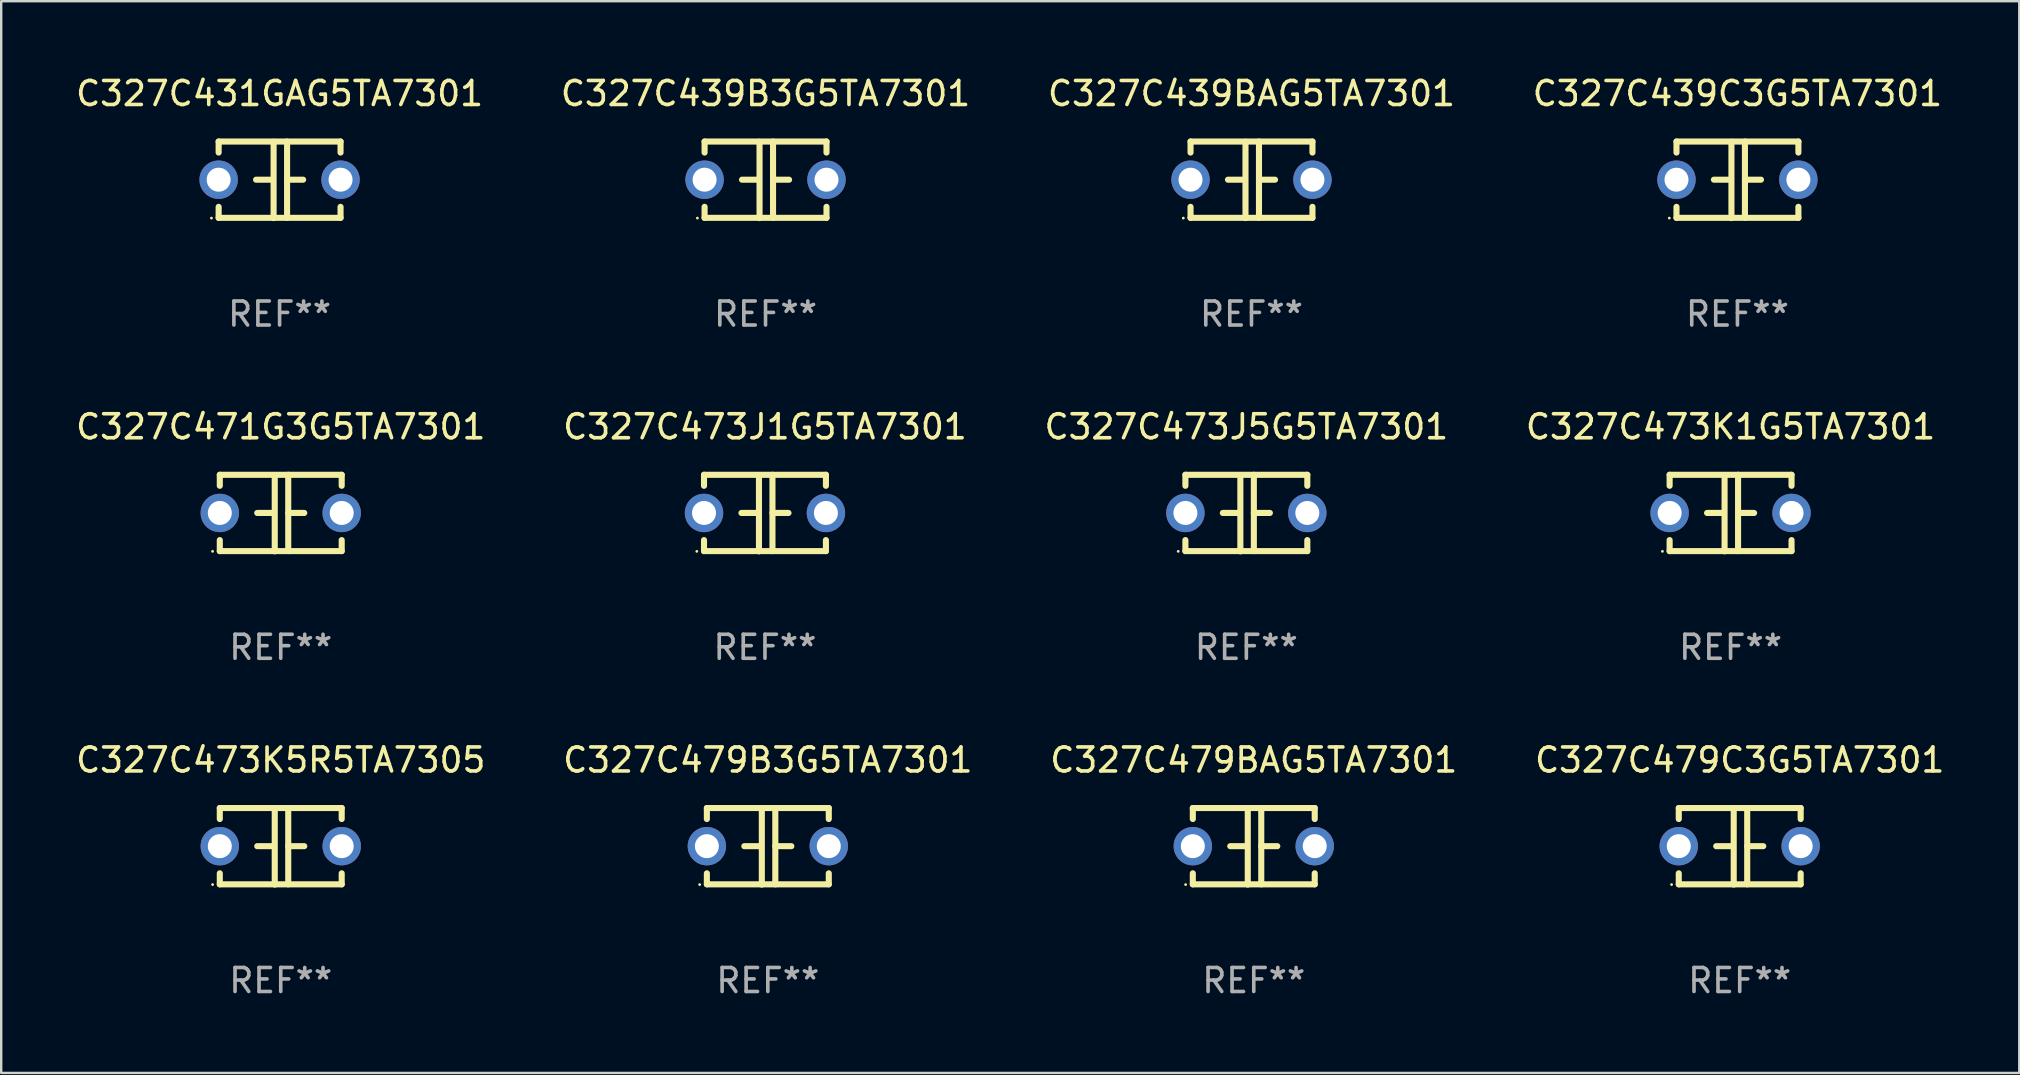
<source format=kicad_pcb>
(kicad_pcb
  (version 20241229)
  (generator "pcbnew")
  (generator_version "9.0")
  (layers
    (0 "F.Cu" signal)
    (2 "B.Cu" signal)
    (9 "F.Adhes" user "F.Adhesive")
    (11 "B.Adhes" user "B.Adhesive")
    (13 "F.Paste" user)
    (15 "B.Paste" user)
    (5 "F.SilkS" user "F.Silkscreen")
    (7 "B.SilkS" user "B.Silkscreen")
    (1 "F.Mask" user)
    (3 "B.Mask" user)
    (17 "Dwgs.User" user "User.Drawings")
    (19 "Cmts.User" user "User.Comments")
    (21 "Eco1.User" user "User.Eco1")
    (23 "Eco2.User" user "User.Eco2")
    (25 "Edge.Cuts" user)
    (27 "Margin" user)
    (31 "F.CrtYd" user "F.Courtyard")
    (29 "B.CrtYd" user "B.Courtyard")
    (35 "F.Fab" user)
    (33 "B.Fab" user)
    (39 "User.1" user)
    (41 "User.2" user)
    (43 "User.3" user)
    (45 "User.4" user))
  (footprint "C327C479C3G5TA7301"
    (layer "F.Cu")
    (at 69.446 32.216)
    (property "Reference" "C327C479C3G5TA7301" (at 0 -3.595 0) (layer "F.SilkS") (effects (font (size 1 1) (thickness 0.15))))
    (attr through_hole)
    (fp_line (start -2.54 -1.595) (end -2.54 -1.136) (stroke (width 0.254) (type solid)) (layer "F.SilkS"))
    (fp_line (start -2.54 -1.595) (end 2.54 -1.595) (stroke (width 0.254) (type solid)) (layer "F.SilkS"))
    (fp_line (start -2.54 1.126) (end -2.54 1.585) (stroke (width 0.254) (type solid)) (layer "F.SilkS"))
    (fp_line (start -0.312 -0.005) (end -0.98 -0.005) (stroke (width 0.254) (type solid)) (layer "F.SilkS"))
    (fp_line (start -0.25 -1.585) (end -0.25 1.595) (stroke (width 0.254) (type solid)) (layer "F.SilkS"))
    (fp_line (start 0.312 -1.595) (end 0.312 1.585) (stroke (width 0.254) (type solid)) (layer "F.SilkS"))
    (fp_line (start 0.312 -0.005) (end 0.98 -0.005) (stroke (width 0.254) (type solid)) (layer "F.SilkS"))
    (fp_line (start 2.54 -1.595) (end 2.54 -1.136) (stroke (width 0.254) (type solid)) (layer "F.SilkS"))
    (fp_line (start 2.54 1.126) (end 2.54 1.585) (stroke (width 0.254) (type solid)) (layer "F.SilkS"))
    (fp_line (start 2.54 1.585) (end -2.54 1.585) (stroke (width 0.254) (type solid)) (layer "F.SilkS"))
    (fp_circle (center -2.84 1.595) (end -2.81 1.595) (stroke (width 0.06) (type solid)) (fill no) (layer "F.SilkS"))
    (fp_text user "REF**" (at 0 5.595 0) (layer "F.Fab") (effects (font (size 1 1) (thickness 0.15))))
    (pad "1" thru_hole circle (at -2.54 -0.005) (size 1.6 1.6) (drill 1) (layers "*.Cu" "*.Mask"))
    (pad "2" thru_hole circle (at 2.54 -0.005) (size 1.6 1.6) (drill 1) (layers "*.Cu" "*.Mask")))
  (footprint "C327C439C3G5TA7301"
    (layer "F.Cu")
    (at 69.351 4.443)
    (property "Reference" "C327C439C3G5TA7301" (at 0 -3.595 0) (layer "F.SilkS") (effects (font (size 1 1) (thickness 0.15))))
    (attr through_hole)
    (fp_line (start -2.54 -1.595) (end -2.54 -1.136) (stroke (width 0.254) (type solid)) (layer "F.SilkS"))
    (fp_line (start -2.54 -1.595) (end 2.54 -1.595) (stroke (width 0.254) (type solid)) (layer "F.SilkS"))
    (fp_line (start -2.54 1.126) (end -2.54 1.585) (stroke (width 0.254) (type solid)) (layer "F.SilkS"))
    (fp_line (start -0.312 -0.005) (end -0.98 -0.005) (stroke (width 0.254) (type solid)) (layer "F.SilkS"))
    (fp_line (start -0.25 -1.585) (end -0.25 1.595) (stroke (width 0.254) (type solid)) (layer "F.SilkS"))
    (fp_line (start 0.312 -1.595) (end 0.312 1.585) (stroke (width 0.254) (type solid)) (layer "F.SilkS"))
    (fp_line (start 0.312 -0.005) (end 0.98 -0.005) (stroke (width 0.254) (type solid)) (layer "F.SilkS"))
    (fp_line (start 2.54 -1.595) (end 2.54 -1.136) (stroke (width 0.254) (type solid)) (layer "F.SilkS"))
    (fp_line (start 2.54 1.126) (end 2.54 1.585) (stroke (width 0.254) (type solid)) (layer "F.SilkS"))
    (fp_line (start 2.54 1.585) (end -2.54 1.585) (stroke (width 0.254) (type solid)) (layer "F.SilkS"))
    (fp_circle (center -2.84 1.595) (end -2.81 1.595) (stroke (width 0.06) (type solid)) (fill no) (layer "F.SilkS"))
    (fp_text user "REF**" (at 0 5.595 0) (layer "F.Fab") (effects (font (size 1 1) (thickness 0.15))))
    (pad "1" thru_hole circle (at -2.54 -0.005) (size 1.6 1.6) (drill 1) (layers "*.Cu" "*.Mask"))
    (pad "2" thru_hole circle (at 2.54 -0.005) (size 1.6 1.6) (drill 1) (layers "*.Cu" "*.Mask")))
  (footprint "C327C473K1G5TA7301"
    (layer "F.Cu")
    (at 69.065 18.33)
    (property "Reference" "C327C473K1G5TA7301" (at 0 -3.595 0) (layer "F.SilkS") (effects (font (size 1 1) (thickness 0.15))))
    (attr through_hole)
    (fp_line (start -2.54 -1.595) (end -2.54 -1.136) (stroke (width 0.254) (type solid)) (layer "F.SilkS"))
    (fp_line (start -2.54 -1.595) (end 2.54 -1.595) (stroke (width 0.254) (type solid)) (layer "F.SilkS"))
    (fp_line (start -2.54 1.126) (end -2.54 1.585) (stroke (width 0.254) (type solid)) (layer "F.SilkS"))
    (fp_line (start -0.312 -0.005) (end -0.98 -0.005) (stroke (width 0.254) (type solid)) (layer "F.SilkS"))
    (fp_line (start -0.25 -1.585) (end -0.25 1.595) (stroke (width 0.254) (type solid)) (layer "F.SilkS"))
    (fp_line (start 0.312 -1.595) (end 0.312 1.585) (stroke (width 0.254) (type solid)) (layer "F.SilkS"))
    (fp_line (start 0.312 -0.005) (end 0.98 -0.005) (stroke (width 0.254) (type solid)) (layer "F.SilkS"))
    (fp_line (start 2.54 -1.595) (end 2.54 -1.136) (stroke (width 0.254) (type solid)) (layer "F.SilkS"))
    (fp_line (start 2.54 1.126) (end 2.54 1.585) (stroke (width 0.254) (type solid)) (layer "F.SilkS"))
    (fp_line (start 2.54 1.585) (end -2.54 1.585) (stroke (width 0.254) (type solid)) (layer "F.SilkS"))
    (fp_circle (center -2.84 1.595) (end -2.81 1.595) (stroke (width 0.06) (type solid)) (fill no) (layer "F.SilkS"))
    (fp_text user "REF**" (at 0 5.595 0) (layer "F.Fab") (effects (font (size 1 1) (thickness 0.15))))
    (pad "1" thru_hole circle (at -2.54 -0.005) (size 1.6 1.6) (drill 1) (layers "*.Cu" "*.Mask"))
    (pad "2" thru_hole circle (at 2.54 -0.005) (size 1.6 1.6) (drill 1) (layers "*.Cu" "*.Mask")))
  (footprint "C327C471G3G5TA7301"
    (layer "F.Cu")
    (at 8.649 18.33)
    (property "Reference" "C327C471G3G5TA7301" (at 0 -3.595 0) (layer "F.SilkS") (effects (font (size 1 1) (thickness 0.15))))
    (attr through_hole)
    (fp_line (start -2.54 -1.595) (end -2.54 -1.136) (stroke (width 0.254) (type solid)) (layer "F.SilkS"))
    (fp_line (start -2.54 -1.595) (end 2.54 -1.595) (stroke (width 0.254) (type solid)) (layer "F.SilkS"))
    (fp_line (start -2.54 1.126) (end -2.54 1.585) (stroke (width 0.254) (type solid)) (layer "F.SilkS"))
    (fp_line (start -0.312 -0.005) (end -0.98 -0.005) (stroke (width 0.254) (type solid)) (layer "F.SilkS"))
    (fp_line (start -0.25 -1.585) (end -0.25 1.595) (stroke (width 0.254) (type solid)) (layer "F.SilkS"))
    (fp_line (start 0.312 -1.595) (end 0.312 1.585) (stroke (width 0.254) (type solid)) (layer "F.SilkS"))
    (fp_line (start 0.312 -0.005) (end 0.98 -0.005) (stroke (width 0.254) (type solid)) (layer "F.SilkS"))
    (fp_line (start 2.54 -1.595) (end 2.54 -1.136) (stroke (width 0.254) (type solid)) (layer "F.SilkS"))
    (fp_line (start 2.54 1.126) (end 2.54 1.585) (stroke (width 0.254) (type solid)) (layer "F.SilkS"))
    (fp_line (start 2.54 1.585) (end -2.54 1.585) (stroke (width 0.254) (type solid)) (layer "F.SilkS"))
    (fp_circle (center -2.84 1.595) (end -2.81 1.595) (stroke (width 0.06) (type solid)) (fill no) (layer "F.SilkS"))
    (fp_text user "REF**" (at 0 5.595 0) (layer "F.Fab") (effects (font (size 1 1) (thickness 0.15))))
    (pad "1" thru_hole circle (at -2.54 -0.005) (size 1.6 1.6) (drill 1) (layers "*.Cu" "*.Mask"))
    (pad "2" thru_hole circle (at 2.54 -0.005) (size 1.6 1.6) (drill 1) (layers "*.Cu" "*.Mask")))
  (footprint "C327C473J5G5TA7301"
    (layer "F.Cu")
    (at 48.887 18.33)
    (property "Reference" "C327C473J5G5TA7301" (at 0 -3.595 0) (layer "F.SilkS") (effects (font (size 1 1) (thickness 0.15))))
    (attr through_hole)
    (fp_line (start -2.54 -1.595) (end -2.54 -1.136) (stroke (width 0.254) (type solid)) (layer "F.SilkS"))
    (fp_line (start -2.54 -1.595) (end 2.54 -1.595) (stroke (width 0.254) (type solid)) (layer "F.SilkS"))
    (fp_line (start -2.54 1.126) (end -2.54 1.585) (stroke (width 0.254) (type solid)) (layer "F.SilkS"))
    (fp_line (start -0.312 -0.005) (end -0.98 -0.005) (stroke (width 0.254) (type solid)) (layer "F.SilkS"))
    (fp_line (start -0.25 -1.585) (end -0.25 1.595) (stroke (width 0.254) (type solid)) (layer "F.SilkS"))
    (fp_line (start 0.312 -1.595) (end 0.312 1.585) (stroke (width 0.254) (type solid)) (layer "F.SilkS"))
    (fp_line (start 0.312 -0.005) (end 0.98 -0.005) (stroke (width 0.254) (type solid)) (layer "F.SilkS"))
    (fp_line (start 2.54 -1.595) (end 2.54 -1.136) (stroke (width 0.254) (type solid)) (layer "F.SilkS"))
    (fp_line (start 2.54 1.126) (end 2.54 1.585) (stroke (width 0.254) (type solid)) (layer "F.SilkS"))
    (fp_line (start 2.54 1.585) (end -2.54 1.585) (stroke (width 0.254) (type solid)) (layer "F.SilkS"))
    (fp_circle (center -2.84 1.595) (end -2.81 1.595) (stroke (width 0.06) (type solid)) (fill no) (layer "F.SilkS"))
    (fp_text user "REF**" (at 0 5.595 0) (layer "F.Fab") (effects (font (size 1 1) (thickness 0.15))))
    (pad "1" thru_hole circle (at -2.54 -0.005) (size 1.6 1.6) (drill 1) (layers "*.Cu" "*.Mask"))
    (pad "2" thru_hole circle (at 2.54 -0.005) (size 1.6 1.6) (drill 1) (layers "*.Cu" "*.Mask")))
  (footprint "C327C439B3G5TA7301"
    (layer "F.Cu")
    (at 28.851 4.443)
    (property "Reference" "C327C439B3G5TA7301" (at 0 -3.595 0) (layer "F.SilkS") (effects (font (size 1 1) (thickness 0.15))))
    (attr through_hole)
    (fp_line (start -2.54 -1.595) (end -2.54 -1.136) (stroke (width 0.254) (type solid)) (layer "F.SilkS"))
    (fp_line (start -2.54 -1.595) (end 2.54 -1.595) (stroke (width 0.254) (type solid)) (layer "F.SilkS"))
    (fp_line (start -2.54 1.126) (end -2.54 1.585) (stroke (width 0.254) (type solid)) (layer "F.SilkS"))
    (fp_line (start -0.312 -0.005) (end -0.98 -0.005) (stroke (width 0.254) (type solid)) (layer "F.SilkS"))
    (fp_line (start -0.25 -1.585) (end -0.25 1.595) (stroke (width 0.254) (type solid)) (layer "F.SilkS"))
    (fp_line (start 0.312 -1.595) (end 0.312 1.585) (stroke (width 0.254) (type solid)) (layer "F.SilkS"))
    (fp_line (start 0.312 -0.005) (end 0.98 -0.005) (stroke (width 0.254) (type solid)) (layer "F.SilkS"))
    (fp_line (start 2.54 -1.595) (end 2.54 -1.136) (stroke (width 0.254) (type solid)) (layer "F.SilkS"))
    (fp_line (start 2.54 1.126) (end 2.54 1.585) (stroke (width 0.254) (type solid)) (layer "F.SilkS"))
    (fp_line (start 2.54 1.585) (end -2.54 1.585) (stroke (width 0.254) (type solid)) (layer "F.SilkS"))
    (fp_circle (center -2.84 1.595) (end -2.81 1.595) (stroke (width 0.06) (type solid)) (fill no) (layer "F.SilkS"))
    (fp_text user "REF**" (at 0 5.595 0) (layer "F.Fab") (effects (font (size 1 1) (thickness 0.15))))
    (pad "1" thru_hole circle (at -2.54 -0.005) (size 1.6 1.6) (drill 1) (layers "*.Cu" "*.Mask"))
    (pad "2" thru_hole circle (at 2.54 -0.005) (size 1.6 1.6) (drill 1) (layers "*.Cu" "*.Mask")))
  (footprint "C327C439BAG5TA7301"
    (layer "F.Cu")
    (at 49.101 4.443)
    (property "Reference" "C327C439BAG5TA7301" (at 0 -3.595 0) (layer "F.SilkS") (effects (font (size 1 1) (thickness 0.15))))
    (attr through_hole)
    (fp_line (start -2.54 -1.595) (end -2.54 -1.136) (stroke (width 0.254) (type solid)) (layer "F.SilkS"))
    (fp_line (start -2.54 -1.595) (end 2.54 -1.595) (stroke (width 0.254) (type solid)) (layer "F.SilkS"))
    (fp_line (start -2.54 1.126) (end -2.54 1.585) (stroke (width 0.254) (type solid)) (layer "F.SilkS"))
    (fp_line (start -0.312 -0.005) (end -0.98 -0.005) (stroke (width 0.254) (type solid)) (layer "F.SilkS"))
    (fp_line (start -0.25 -1.585) (end -0.25 1.595) (stroke (width 0.254) (type solid)) (layer "F.SilkS"))
    (fp_line (start 0.312 -1.595) (end 0.312 1.585) (stroke (width 0.254) (type solid)) (layer "F.SilkS"))
    (fp_line (start 0.312 -0.005) (end 0.98 -0.005) (stroke (width 0.254) (type solid)) (layer "F.SilkS"))
    (fp_line (start 2.54 -1.595) (end 2.54 -1.136) (stroke (width 0.254) (type solid)) (layer "F.SilkS"))
    (fp_line (start 2.54 1.126) (end 2.54 1.585) (stroke (width 0.254) (type solid)) (layer "F.SilkS"))
    (fp_line (start 2.54 1.585) (end -2.54 1.585) (stroke (width 0.254) (type solid)) (layer "F.SilkS"))
    (fp_circle (center -2.84 1.595) (end -2.81 1.595) (stroke (width 0.06) (type solid)) (fill no) (layer "F.SilkS"))
    (fp_text user "REF**" (at 0 5.595 0) (layer "F.Fab") (effects (font (size 1 1) (thickness 0.15))))
    (pad "1" thru_hole circle (at -2.54 -0.005) (size 1.6 1.6) (drill 1) (layers "*.Cu" "*.Mask"))
    (pad "2" thru_hole circle (at 2.54 -0.005) (size 1.6 1.6) (drill 1) (layers "*.Cu" "*.Mask")))
  (footprint "C327C473K5R5TA7305"
    (layer "F.Cu")
    (at 8.649 32.216)
    (property "Reference" "C327C473K5R5TA7305" (at 0 -3.595 0) (layer "F.SilkS") (effects (font (size 1 1) (thickness 0.15))))
    (attr through_hole)
    (fp_line (start -2.54 -1.595) (end -2.54 -1.136) (stroke (width 0.254) (type solid)) (layer "F.SilkS"))
    (fp_line (start -2.54 -1.595) (end 2.54 -1.595) (stroke (width 0.254) (type solid)) (layer "F.SilkS"))
    (fp_line (start -2.54 1.126) (end -2.54 1.585) (stroke (width 0.254) (type solid)) (layer "F.SilkS"))
    (fp_line (start -0.312 -0.005) (end -0.98 -0.005) (stroke (width 0.254) (type solid)) (layer "F.SilkS"))
    (fp_line (start -0.25 -1.585) (end -0.25 1.595) (stroke (width 0.254) (type solid)) (layer "F.SilkS"))
    (fp_line (start 0.312 -1.595) (end 0.312 1.585) (stroke (width 0.254) (type solid)) (layer "F.SilkS"))
    (fp_line (start 0.312 -0.005) (end 0.98 -0.005) (stroke (width 0.254) (type solid)) (layer "F.SilkS"))
    (fp_line (start 2.54 -1.595) (end 2.54 -1.136) (stroke (width 0.254) (type solid)) (layer "F.SilkS"))
    (fp_line (start 2.54 1.126) (end 2.54 1.585) (stroke (width 0.254) (type solid)) (layer "F.SilkS"))
    (fp_line (start 2.54 1.585) (end -2.54 1.585) (stroke (width 0.254) (type solid)) (layer "F.SilkS"))
    (fp_circle (center -2.84 1.595) (end -2.81 1.595) (stroke (width 0.06) (type solid)) (fill no) (layer "F.SilkS"))
    (fp_text user "REF**" (at 0 5.595 0) (layer "F.Fab") (effects (font (size 1 1) (thickness 0.15))))
    (pad "1" thru_hole circle (at -2.54 -0.005) (size 1.6 1.6) (drill 1) (layers "*.Cu" "*.Mask"))
    (pad "2" thru_hole circle (at 2.54 -0.005) (size 1.6 1.6) (drill 1) (layers "*.Cu" "*.Mask")))
  (footprint "C327C431GAG5TA7301"
    (layer "F.Cu")
    (at 8.601 4.443)
    (property "Reference" "C327C431GAG5TA7301" (at 0 -3.595 0) (layer "F.SilkS") (effects (font (size 1 1) (thickness 0.15))))
    (attr through_hole)
    (fp_line (start -2.54 -1.595) (end -2.54 -1.136) (stroke (width 0.254) (type solid)) (layer "F.SilkS"))
    (fp_line (start -2.54 -1.595) (end 2.54 -1.595) (stroke (width 0.254) (type solid)) (layer "F.SilkS"))
    (fp_line (start -2.54 1.126) (end -2.54 1.585) (stroke (width 0.254) (type solid)) (layer "F.SilkS"))
    (fp_line (start -0.312 -0.005) (end -0.98 -0.005) (stroke (width 0.254) (type solid)) (layer "F.SilkS"))
    (fp_line (start -0.25 -1.585) (end -0.25 1.595) (stroke (width 0.254) (type solid)) (layer "F.SilkS"))
    (fp_line (start 0.312 -1.595) (end 0.312 1.585) (stroke (width 0.254) (type solid)) (layer "F.SilkS"))
    (fp_line (start 0.312 -0.005) (end 0.98 -0.005) (stroke (width 0.254) (type solid)) (layer "F.SilkS"))
    (fp_line (start 2.54 -1.595) (end 2.54 -1.136) (stroke (width 0.254) (type solid)) (layer "F.SilkS"))
    (fp_line (start 2.54 1.126) (end 2.54 1.585) (stroke (width 0.254) (type solid)) (layer "F.SilkS"))
    (fp_line (start 2.54 1.585) (end -2.54 1.585) (stroke (width 0.254) (type solid)) (layer "F.SilkS"))
    (fp_circle (center -2.84 1.595) (end -2.81 1.595) (stroke (width 0.06) (type solid)) (fill no) (layer "F.SilkS"))
    (fp_text user "REF**" (at 0 5.595 0) (layer "F.Fab") (effects (font (size 1 1) (thickness 0.15))))
    (pad "1" thru_hole circle (at -2.54 -0.005) (size 1.6 1.6) (drill 1) (layers "*.Cu" "*.Mask"))
    (pad "2" thru_hole circle (at 2.54 -0.005) (size 1.6 1.6) (drill 1) (layers "*.Cu" "*.Mask")))
  (footprint "C327C479BAG5TA7301"
    (layer "F.Cu")
    (at 49.196 32.216)
    (property "Reference" "C327C479BAG5TA7301" (at 0 -3.595 0) (layer "F.SilkS") (effects (font (size 1 1) (thickness 0.15))))
    (attr through_hole)
    (fp_line (start -2.54 -1.595) (end -2.54 -1.136) (stroke (width 0.254) (type solid)) (layer "F.SilkS"))
    (fp_line (start -2.54 -1.595) (end 2.54 -1.595) (stroke (width 0.254) (type solid)) (layer "F.SilkS"))
    (fp_line (start -2.54 1.126) (end -2.54 1.585) (stroke (width 0.254) (type solid)) (layer "F.SilkS"))
    (fp_line (start -0.312 -0.005) (end -0.98 -0.005) (stroke (width 0.254) (type solid)) (layer "F.SilkS"))
    (fp_line (start -0.25 -1.585) (end -0.25 1.595) (stroke (width 0.254) (type solid)) (layer "F.SilkS"))
    (fp_line (start 0.312 -1.595) (end 0.312 1.585) (stroke (width 0.254) (type solid)) (layer "F.SilkS"))
    (fp_line (start 0.312 -0.005) (end 0.98 -0.005) (stroke (width 0.254) (type solid)) (layer "F.SilkS"))
    (fp_line (start 2.54 -1.595) (end 2.54 -1.136) (stroke (width 0.254) (type solid)) (layer "F.SilkS"))
    (fp_line (start 2.54 1.126) (end 2.54 1.585) (stroke (width 0.254) (type solid)) (layer "F.SilkS"))
    (fp_line (start 2.54 1.585) (end -2.54 1.585) (stroke (width 0.254) (type solid)) (layer "F.SilkS"))
    (fp_circle (center -2.84 1.595) (end -2.81 1.595) (stroke (width 0.06) (type solid)) (fill no) (layer "F.SilkS"))
    (fp_text user "REF**" (at 0 5.595 0) (layer "F.Fab") (effects (font (size 1 1) (thickness 0.15))))
    (pad "1" thru_hole circle (at -2.54 -0.005) (size 1.6 1.6) (drill 1) (layers "*.Cu" "*.Mask"))
    (pad "2" thru_hole circle (at 2.54 -0.005) (size 1.6 1.6) (drill 1) (layers "*.Cu" "*.Mask")))
  (footprint "C327C479B3G5TA7301"
    (layer "F.Cu")
    (at 28.946 32.216)
    (property "Reference" "C327C479B3G5TA7301" (at 0 -3.595 0) (layer "F.SilkS") (effects (font (size 1 1) (thickness 0.15))))
    (attr through_hole)
    (fp_line (start -2.54 -1.595) (end -2.54 -1.136) (stroke (width 0.254) (type solid)) (layer "F.SilkS"))
    (fp_line (start -2.54 -1.595) (end 2.54 -1.595) (stroke (width 0.254) (type solid)) (layer "F.SilkS"))
    (fp_line (start -2.54 1.126) (end -2.54 1.585) (stroke (width 0.254) (type solid)) (layer "F.SilkS"))
    (fp_line (start -0.312 -0.005) (end -0.98 -0.005) (stroke (width 0.254) (type solid)) (layer "F.SilkS"))
    (fp_line (start -0.25 -1.585) (end -0.25 1.595) (stroke (width 0.254) (type solid)) (layer "F.SilkS"))
    (fp_line (start 0.312 -1.595) (end 0.312 1.585) (stroke (width 0.254) (type solid)) (layer "F.SilkS"))
    (fp_line (start 0.312 -0.005) (end 0.98 -0.005) (stroke (width 0.254) (type solid)) (layer "F.SilkS"))
    (fp_line (start 2.54 -1.595) (end 2.54 -1.136) (stroke (width 0.254) (type solid)) (layer "F.SilkS"))
    (fp_line (start 2.54 1.126) (end 2.54 1.585) (stroke (width 0.254) (type solid)) (layer "F.SilkS"))
    (fp_line (start 2.54 1.585) (end -2.54 1.585) (stroke (width 0.254) (type solid)) (layer "F.SilkS"))
    (fp_circle (center -2.84 1.595) (end -2.81 1.595) (stroke (width 0.06) (type solid)) (fill no) (layer "F.SilkS"))
    (fp_text user "REF**" (at 0 5.595 0) (layer "F.Fab") (effects (font (size 1 1) (thickness 0.15))))
    (pad "1" thru_hole circle (at -2.54 -0.005) (size 1.6 1.6) (drill 1) (layers "*.Cu" "*.Mask"))
    (pad "2" thru_hole circle (at 2.54 -0.005) (size 1.6 1.6) (drill 1) (layers "*.Cu" "*.Mask")))
  (footprint "C327C473J1G5TA7301"
    (layer "F.Cu")
    (at 28.827 18.33)
    (property "Reference" "C327C473J1G5TA7301" (at 0 -3.595 0) (layer "F.SilkS") (effects (font (size 1 1) (thickness 0.15))))
    (attr through_hole)
    (fp_line (start -2.54 -1.595) (end -2.54 -1.136) (stroke (width 0.254) (type solid)) (layer "F.SilkS"))
    (fp_line (start -2.54 -1.595) (end 2.54 -1.595) (stroke (width 0.254) (type solid)) (layer "F.SilkS"))
    (fp_line (start -2.54 1.126) (end -2.54 1.585) (stroke (width 0.254) (type solid)) (layer "F.SilkS"))
    (fp_line (start -0.312 -0.005) (end -0.98 -0.005) (stroke (width 0.254) (type solid)) (layer "F.SilkS"))
    (fp_line (start -0.25 -1.585) (end -0.25 1.595) (stroke (width 0.254) (type solid)) (layer "F.SilkS"))
    (fp_line (start 0.312 -1.595) (end 0.312 1.585) (stroke (width 0.254) (type solid)) (layer "F.SilkS"))
    (fp_line (start 0.312 -0.005) (end 0.98 -0.005) (stroke (width 0.254) (type solid)) (layer "F.SilkS"))
    (fp_line (start 2.54 -1.595) (end 2.54 -1.136) (stroke (width 0.254) (type solid)) (layer "F.SilkS"))
    (fp_line (start 2.54 1.126) (end 2.54 1.585) (stroke (width 0.254) (type solid)) (layer "F.SilkS"))
    (fp_line (start 2.54 1.585) (end -2.54 1.585) (stroke (width 0.254) (type solid)) (layer "F.SilkS"))
    (fp_circle (center -2.84 1.595) (end -2.81 1.595) (stroke (width 0.06) (type solid)) (fill no) (layer "F.SilkS"))
    (fp_text user "REF**" (at 0 5.595 0) (layer "F.Fab") (effects (font (size 1 1) (thickness 0.15))))
    (pad "1" thru_hole circle (at -2.54 -0.005) (size 1.6 1.6) (drill 1) (layers "*.Cu" "*.Mask"))
    (pad "2" thru_hole circle (at 2.54 -0.005) (size 1.6 1.6) (drill 1) (layers "*.Cu" "*.Mask")))
  (gr_rect
    (start -3 -3)
    (end 81.095 41.659)
    (stroke (width 0.1) (type default))
    (fill no)
    (layer "Edge.Cuts")))
</source>
